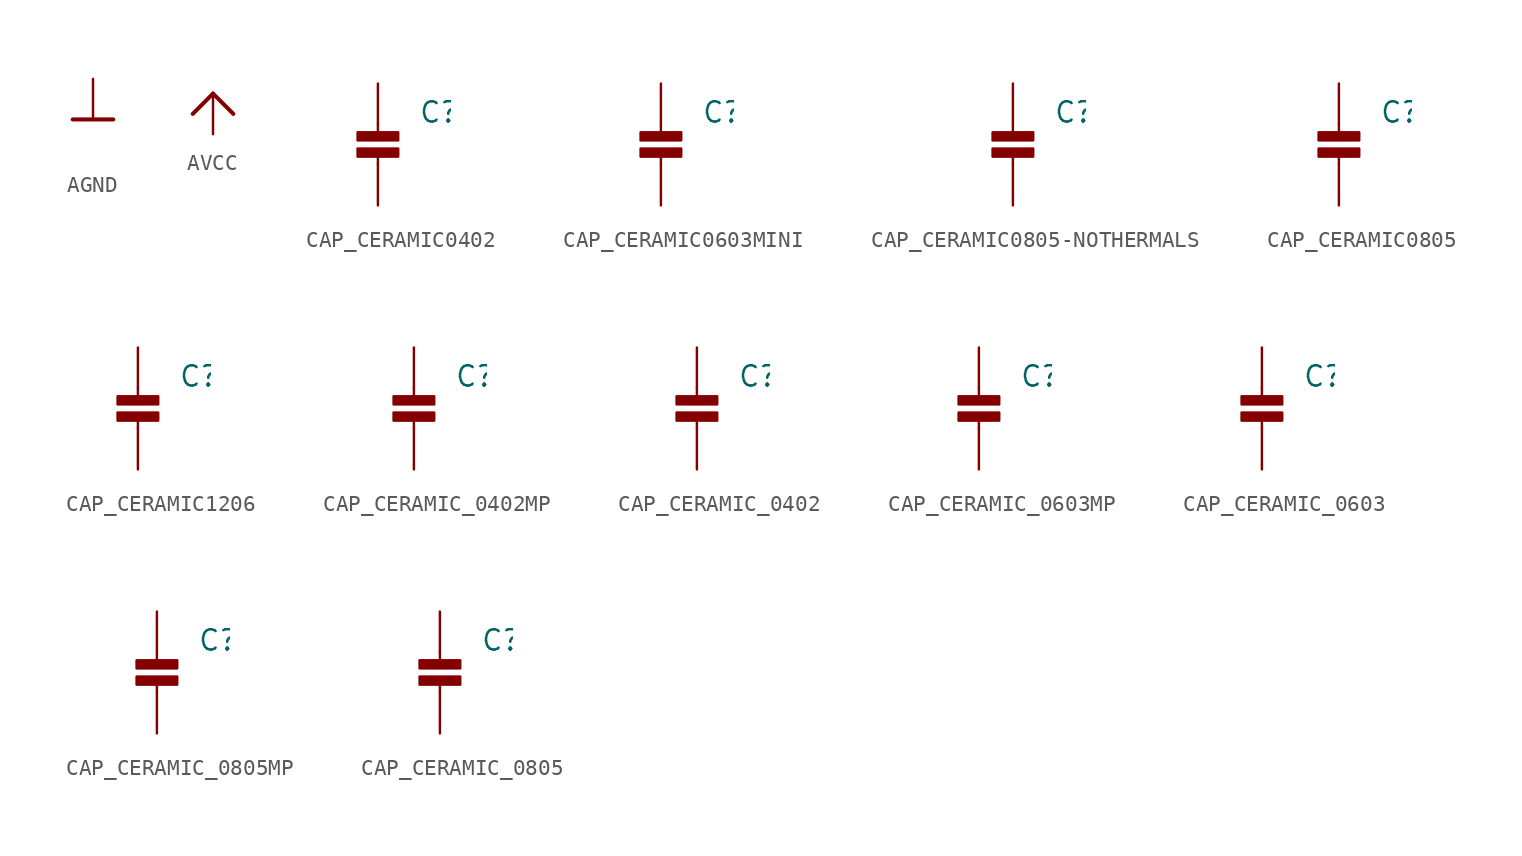
<source format=kicad_sym>
(kicad_symbol_lib
  (version 20241209)
  (generator "kicad_symbol_editor")
  (generator_version "9.0")
  (symbol "AGND"
    (power)
    (property "Reference" ""
      (at 0 0 0)
      (effects (font (size 1.27 1.27)) (hide yes)))
    (property "Value" ""
      (at -1.524 -2.54 0)
      (effects (font (size 1.27 1.079)) (justify left bottom)))
    (property "ki_locked" ""
      (at 0 0 0)
      (effects (font (size 1.27 1.27))))
    (symbol "AGND_1_0"
      (polyline (pts (xy -1.27 0) (xy 1.27 0)) (stroke (width 0.254) (type solid)) (fill (type none)))
      (pin power_in line (at 0 2.54 270) (length 2.54) (name "AGND" (effects (font (size 0 0)))) (number "1" (effects (font (size 0 0)))))))
  (symbol "AVCC"
    (power)
    (property "Reference" ""
      (at 0 0 0)
      (effects (font (size 1.27 1.27)) (hide yes)))
    (property "Value" ""
      (at -1.524 1.016 0)
      (effects (font (size 1.27 1.079)) (justify left bottom)))
    (property "ki_locked" ""
      (at 0 0 0)
      (effects (font (size 1.27 1.27))))
    (symbol "AVCC_1_0"
      (polyline (pts (xy -1.27 -1.27) (xy 0 0)) (stroke (width 0.254) (type solid)) (fill (type none)))
      (polyline (pts (xy 0 0) (xy 1.27 -1.27)) (stroke (width 0.254) (type solid)) (fill (type none)))
      (pin power_in line (at 0 -2.54 90) (length 2.54) (name "AVCC" (effects (font (size 0 0)))) (number "1" (effects (font (size 0 0)))))))
  (symbol "CAP_CERAMIC0402"
    (property "Reference" "C"
      (at 2.54 2.54 0)
      (effects (font (size 1.27 1.27)) (justify left bottom)))
    (property "Value" ""
      (at 2.54 0 0)
      (effects (font (size 1.27 1.27)) (justify left bottom)))
    (property "ki_locked" ""
      (at 0 0 0)
      (effects (font (size 1.27 1.27))))
    (symbol "CAP_CERAMIC0402_1_0"
      (rectangle (start -1.27 1.524) (end 1.27 2.032) (stroke (width 0) (type default)) (fill (type outline)))
      (rectangle (start -1.27 0.508) (end 1.27 1.016) (stroke (width 0) (type default)) (fill (type outline)))
      (polyline (pts (xy 0 2.54) (xy 0 1.778)) (stroke (width 0.152) (type solid)) (fill (type none)))
      (polyline (pts (xy 0 0.762) (xy 0 0)) (stroke (width 0.152) (type solid)) (fill (type none)))
      (pin passive line (at 0 5.08 270) (length 2.54) (name "P$1" (effects (font (size 0 0)))) (number "1" (effects (font (size 0 0)))))
      (pin passive line (at 0 -2.54 90) (length 2.54) (name "P$2" (effects (font (size 0 0)))) (number "2" (effects (font (size 0 0)))))))
  (symbol "CAP_CERAMIC0603MINI"
    (property "Reference" "C"
      (at 2.54 2.54 0)
      (effects (font (size 1.27 1.27)) (justify left bottom)))
    (property "Value" ""
      (at 2.54 0 0)
      (effects (font (size 1.27 1.27)) (justify left bottom)))
    (property "ki_locked" ""
      (at 0 0 0)
      (effects (font (size 1.27 1.27))))
    (symbol "CAP_CERAMIC0603MINI_1_0"
      (rectangle (start -1.27 1.524) (end 1.27 2.032) (stroke (width 0) (type default)) (fill (type outline)))
      (rectangle (start -1.27 0.508) (end 1.27 1.016) (stroke (width 0) (type default)) (fill (type outline)))
      (polyline (pts (xy 0 2.54) (xy 0 1.778)) (stroke (width 0.152) (type solid)) (fill (type none)))
      (polyline (pts (xy 0 0.762) (xy 0 0)) (stroke (width 0.152) (type solid)) (fill (type none)))
      (pin passive line (at 0 5.08 270) (length 2.54) (name "P$1" (effects (font (size 0 0)))) (number "1" (effects (font (size 0 0)))))
      (pin passive line (at 0 -2.54 90) (length 2.54) (name "P$2" (effects (font (size 0 0)))) (number "2" (effects (font (size 0 0)))))))
  (symbol "CAP_CERAMIC0805-NOTHERMALS"
    (property "Reference" "C"
      (at 2.54 2.54 0)
      (effects (font (size 1.27 1.27)) (justify left bottom)))
    (property "Value" ""
      (at 2.54 0 0)
      (effects (font (size 1.27 1.27)) (justify left bottom)))
    (property "ki_locked" ""
      (at 0 0 0)
      (effects (font (size 1.27 1.27))))
    (symbol "CAP_CERAMIC0805-NOTHERMALS_1_0"
      (rectangle (start -1.27 1.524) (end 1.27 2.032) (stroke (width 0) (type default)) (fill (type outline)))
      (rectangle (start -1.27 0.508) (end 1.27 1.016) (stroke (width 0) (type default)) (fill (type outline)))
      (polyline (pts (xy 0 2.54) (xy 0 1.778)) (stroke (width 0.152) (type solid)) (fill (type none)))
      (polyline (pts (xy 0 0.762) (xy 0 0)) (stroke (width 0.152) (type solid)) (fill (type none)))
      (pin passive line (at 0 5.08 270) (length 2.54) (name "P$1" (effects (font (size 0 0)))) (number "1" (effects (font (size 0 0)))))
      (pin passive line (at 0 -2.54 90) (length 2.54) (name "P$2" (effects (font (size 0 0)))) (number "2" (effects (font (size 0 0)))))))
  (symbol "CAP_CERAMIC0805"
    (property "Reference" "C"
      (at 2.54 2.54 0)
      (effects (font (size 1.27 1.27)) (justify left bottom)))
    (property "Value" ""
      (at 2.54 0 0)
      (effects (font (size 1.27 1.27)) (justify left bottom)))
    (property "ki_locked" ""
      (at 0 0 0)
      (effects (font (size 1.27 1.27))))
    (symbol "CAP_CERAMIC0805_1_0"
      (rectangle (start -1.27 1.524) (end 1.27 2.032) (stroke (width 0) (type default)) (fill (type outline)))
      (rectangle (start -1.27 0.508) (end 1.27 1.016) (stroke (width 0) (type default)) (fill (type outline)))
      (polyline (pts (xy 0 2.54) (xy 0 1.778)) (stroke (width 0.152) (type solid)) (fill (type none)))
      (polyline (pts (xy 0 0.762) (xy 0 0)) (stroke (width 0.152) (type solid)) (fill (type none)))
      (pin passive line (at 0 5.08 270) (length 2.54) (name "P$1" (effects (font (size 0 0)))) (number "1" (effects (font (size 0 0)))))
      (pin passive line (at 0 -2.54 90) (length 2.54) (name "P$2" (effects (font (size 0 0)))) (number "2" (effects (font (size 0 0)))))))
  (symbol "CAP_CERAMIC1206"
    (property "Reference" "C"
      (at 2.54 2.54 0)
      (effects (font (size 1.27 1.27)) (justify left bottom)))
    (property "Value" ""
      (at 2.54 0 0)
      (effects (font (size 1.27 1.27)) (justify left bottom)))
    (property "ki_locked" ""
      (at 0 0 0)
      (effects (font (size 1.27 1.27))))
    (symbol "CAP_CERAMIC1206_1_0"
      (rectangle (start -1.27 1.524) (end 1.27 2.032) (stroke (width 0) (type default)) (fill (type outline)))
      (rectangle (start -1.27 0.508) (end 1.27 1.016) (stroke (width 0) (type default)) (fill (type outline)))
      (polyline (pts (xy 0 2.54) (xy 0 1.778)) (stroke (width 0.152) (type solid)) (fill (type none)))
      (polyline (pts (xy 0 0.762) (xy 0 0)) (stroke (width 0.152) (type solid)) (fill (type none)))
      (pin passive line (at 0 5.08 270) (length 2.54) (name "P$1" (effects (font (size 0 0)))) (number "1" (effects (font (size 0 0)))))
      (pin passive line (at 0 -2.54 90) (length 2.54) (name "P$2" (effects (font (size 0 0)))) (number "2" (effects (font (size 0 0)))))))
  (symbol "CAP_CERAMIC_0402MP"
    (property "Reference" "C"
      (at 2.54 2.54 0)
      (effects (font (size 1.27 1.27)) (justify left bottom)))
    (property "Value" ""
      (at 2.54 0 0)
      (effects (font (size 1.27 1.27)) (justify left bottom)))
    (property "ki_locked" ""
      (at 0 0 0)
      (effects (font (size 1.27 1.27))))
    (symbol "CAP_CERAMIC_0402MP_1_0"
      (rectangle (start -1.27 1.524) (end 1.27 2.032) (stroke (width 0) (type default)) (fill (type outline)))
      (rectangle (start -1.27 0.508) (end 1.27 1.016) (stroke (width 0) (type default)) (fill (type outline)))
      (polyline (pts (xy 0 2.54) (xy 0 1.778)) (stroke (width 0.152) (type solid)) (fill (type none)))
      (polyline (pts (xy 0 0.762) (xy 0 0)) (stroke (width 0.152) (type solid)) (fill (type none)))
      (pin passive line (at 0 5.08 270) (length 2.54) (name "P$1" (effects (font (size 0 0)))) (number "1" (effects (font (size 0 0)))))
      (pin passive line (at 0 -2.54 90) (length 2.54) (name "P$2" (effects (font (size 0 0)))) (number "2" (effects (font (size 0 0)))))))
  (symbol "CAP_CERAMIC_0402"
    (property "Reference" "C"
      (at 2.54 2.54 0)
      (effects (font (size 1.27 1.27)) (justify left bottom)))
    (property "Value" ""
      (at 2.54 0 0)
      (effects (font (size 1.27 1.27)) (justify left bottom)))
    (property "ki_locked" ""
      (at 0 0 0)
      (effects (font (size 1.27 1.27))))
    (symbol "CAP_CERAMIC_0402_1_0"
      (rectangle (start -1.27 1.524) (end 1.27 2.032) (stroke (width 0) (type default)) (fill (type outline)))
      (rectangle (start -1.27 0.508) (end 1.27 1.016) (stroke (width 0) (type default)) (fill (type outline)))
      (polyline (pts (xy 0 2.54) (xy 0 1.778)) (stroke (width 0.152) (type solid)) (fill (type none)))
      (polyline (pts (xy 0 0.762) (xy 0 0)) (stroke (width 0.152) (type solid)) (fill (type none)))
      (pin passive line (at 0 5.08 270) (length 2.54) (name "P$1" (effects (font (size 0 0)))) (number "1" (effects (font (size 0 0)))))
      (pin passive line (at 0 -2.54 90) (length 2.54) (name "P$2" (effects (font (size 0 0)))) (number "2" (effects (font (size 0 0)))))))
  (symbol "CAP_CERAMIC_0603MP"
    (property "Reference" "C"
      (at 2.54 2.54 0)
      (effects (font (size 1.27 1.27)) (justify left bottom)))
    (property "Value" ""
      (at 2.54 0 0)
      (effects (font (size 1.27 1.27)) (justify left bottom)))
    (property "ki_locked" ""
      (at 0 0 0)
      (effects (font (size 1.27 1.27))))
    (symbol "CAP_CERAMIC_0603MP_1_0"
      (rectangle (start -1.27 1.524) (end 1.27 2.032) (stroke (width 0) (type default)) (fill (type outline)))
      (rectangle (start -1.27 0.508) (end 1.27 1.016) (stroke (width 0) (type default)) (fill (type outline)))
      (polyline (pts (xy 0 2.54) (xy 0 1.778)) (stroke (width 0.152) (type solid)) (fill (type none)))
      (polyline (pts (xy 0 0.762) (xy 0 0)) (stroke (width 0.152) (type solid)) (fill (type none)))
      (pin passive line (at 0 5.08 270) (length 2.54) (name "P$1" (effects (font (size 0 0)))) (number "1" (effects (font (size 0 0)))))
      (pin passive line (at 0 -2.54 90) (length 2.54) (name "P$2" (effects (font (size 0 0)))) (number "2" (effects (font (size 0 0)))))))
  (symbol "CAP_CERAMIC_0603"
    (property "Reference" "C"
      (at 2.54 2.54 0)
      (effects (font (size 1.27 1.27)) (justify left bottom)))
    (property "Value" ""
      (at 2.54 0 0)
      (effects (font (size 1.27 1.27)) (justify left bottom)))
    (property "ki_locked" ""
      (at 0 0 0)
      (effects (font (size 1.27 1.27))))
    (symbol "CAP_CERAMIC_0603_1_0"
      (rectangle (start -1.27 1.524) (end 1.27 2.032) (stroke (width 0) (type default)) (fill (type outline)))
      (rectangle (start -1.27 0.508) (end 1.27 1.016) (stroke (width 0) (type default)) (fill (type outline)))
      (polyline (pts (xy 0 2.54) (xy 0 1.778)) (stroke (width 0.152) (type solid)) (fill (type none)))
      (polyline (pts (xy 0 0.762) (xy 0 0)) (stroke (width 0.152) (type solid)) (fill (type none)))
      (pin passive line (at 0 5.08 270) (length 2.54) (name "P$1" (effects (font (size 0 0)))) (number "1" (effects (font (size 0 0)))))
      (pin passive line (at 0 -2.54 90) (length 2.54) (name "P$2" (effects (font (size 0 0)))) (number "2" (effects (font (size 0 0)))))))
  (symbol "CAP_CERAMIC_0805MP"
    (property "Reference" "C"
      (at 2.54 2.54 0)
      (effects (font (size 1.27 1.27)) (justify left bottom)))
    (property "Value" ""
      (at 2.54 0 0)
      (effects (font (size 1.27 1.27)) (justify left bottom)))
    (property "ki_locked" ""
      (at 0 0 0)
      (effects (font (size 1.27 1.27))))
    (symbol "CAP_CERAMIC_0805MP_1_0"
      (rectangle (start -1.27 1.524) (end 1.27 2.032) (stroke (width 0) (type default)) (fill (type outline)))
      (rectangle (start -1.27 0.508) (end 1.27 1.016) (stroke (width 0) (type default)) (fill (type outline)))
      (polyline (pts (xy 0 2.54) (xy 0 1.778)) (stroke (width 0.152) (type solid)) (fill (type none)))
      (polyline (pts (xy 0 0.762) (xy 0 0)) (stroke (width 0.152) (type solid)) (fill (type none)))
      (pin passive line (at 0 5.08 270) (length 2.54) (name "P$1" (effects (font (size 0 0)))) (number "1" (effects (font (size 0 0)))))
      (pin passive line (at 0 -2.54 90) (length 2.54) (name "P$2" (effects (font (size 0 0)))) (number "2" (effects (font (size 0 0)))))))
  (symbol "CAP_CERAMIC_0805"
    (property "Reference" "C"
      (at 2.54 2.54 0)
      (effects (font (size 1.27 1.27)) (justify left bottom)))
    (property "Value" ""
      (at 2.54 0 0)
      (effects (font (size 1.27 1.27)) (justify left bottom)))
    (property "ki_locked" ""
      (at 0 0 0)
      (effects (font (size 1.27 1.27))))
    (symbol "CAP_CERAMIC_0805_1_0"
      (rectangle (start -1.27 1.524) (end 1.27 2.032) (stroke (width 0) (type default)) (fill (type outline)))
      (rectangle (start -1.27 0.508) (end 1.27 1.016) (stroke (width 0) (type default)) (fill (type outline)))
      (polyline (pts (xy 0 2.54) (xy 0 1.778)) (stroke (width 0.152) (type solid)) (fill (type none)))
      (polyline (pts (xy 0 0.762) (xy 0 0)) (stroke (width 0.152) (type solid)) (fill (type none)))
      (pin passive line (at 0 5.08 270) (length 2.54) (name "P$1" (effects (font (size 0 0)))) (number "1" (effects (font (size 0 0)))))
      (pin passive line (at 0 -2.54 90) (length 2.54) (name "P$2" (effects (font (size 0 0)))) (number "2" (effects (font (size 0 0))))))))
</source>
